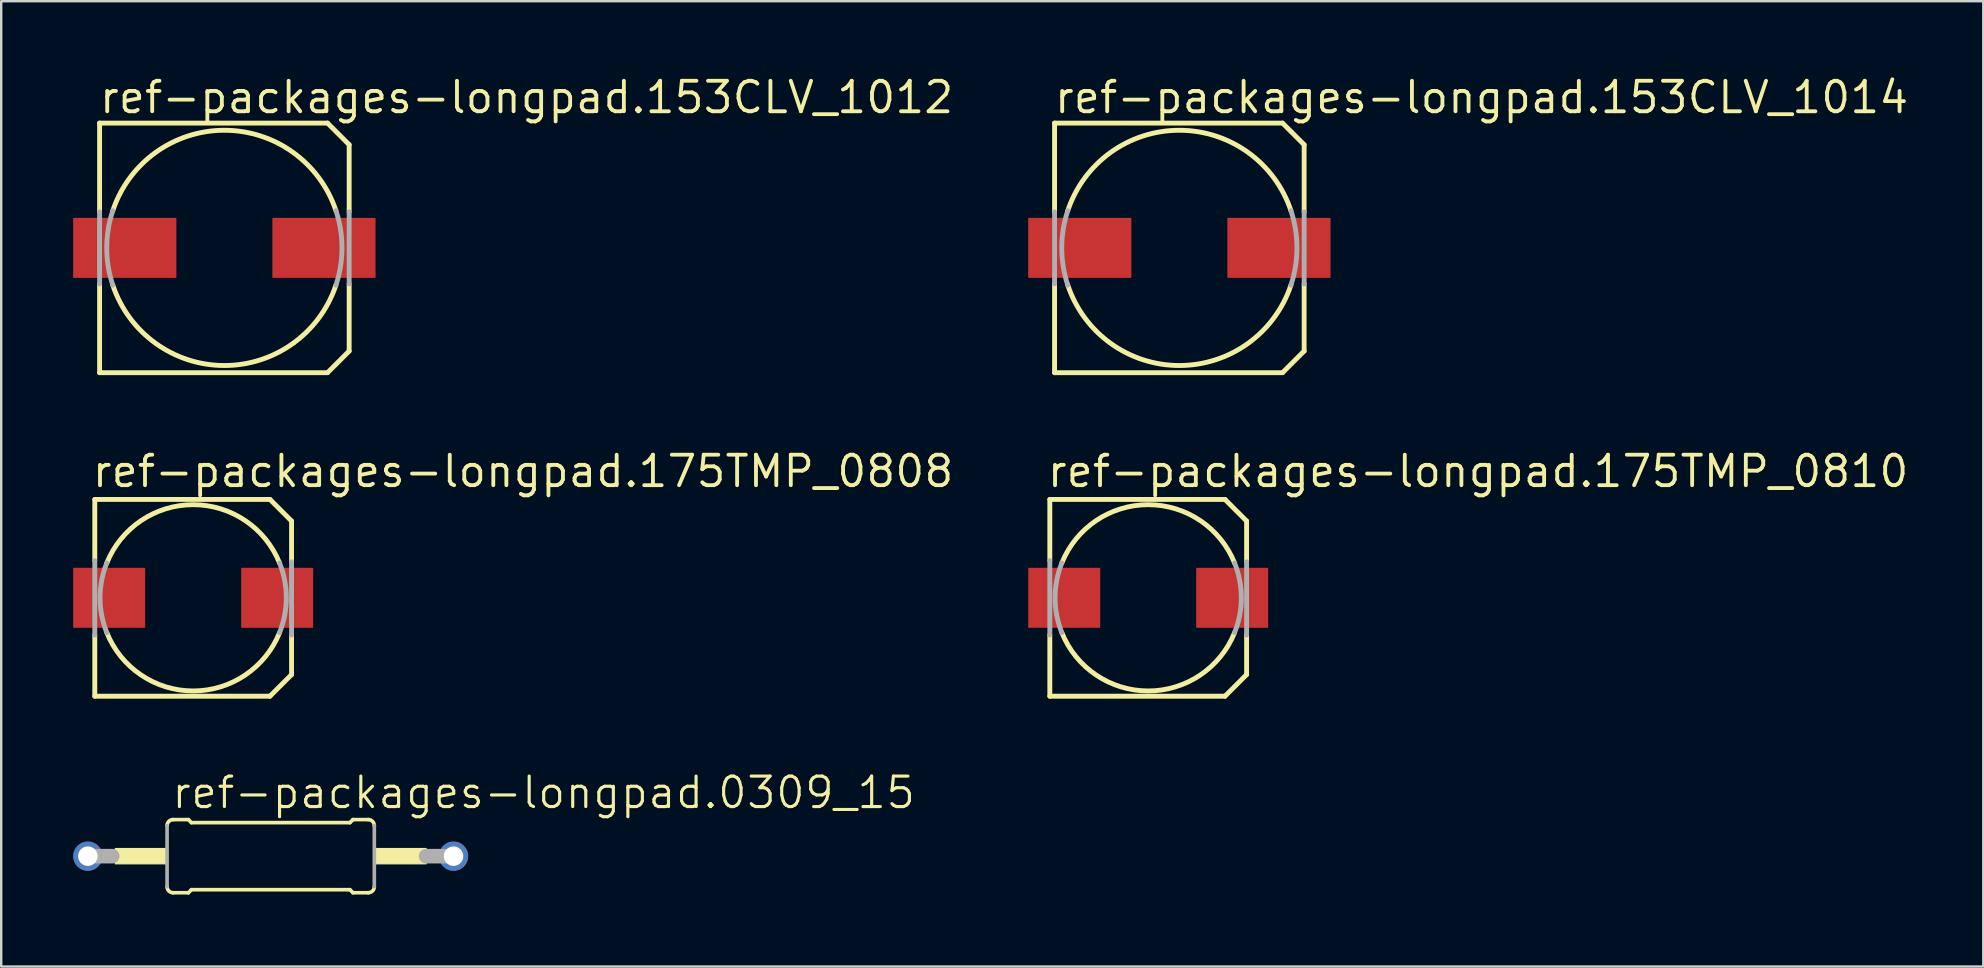
<source format=kicad_pcb>
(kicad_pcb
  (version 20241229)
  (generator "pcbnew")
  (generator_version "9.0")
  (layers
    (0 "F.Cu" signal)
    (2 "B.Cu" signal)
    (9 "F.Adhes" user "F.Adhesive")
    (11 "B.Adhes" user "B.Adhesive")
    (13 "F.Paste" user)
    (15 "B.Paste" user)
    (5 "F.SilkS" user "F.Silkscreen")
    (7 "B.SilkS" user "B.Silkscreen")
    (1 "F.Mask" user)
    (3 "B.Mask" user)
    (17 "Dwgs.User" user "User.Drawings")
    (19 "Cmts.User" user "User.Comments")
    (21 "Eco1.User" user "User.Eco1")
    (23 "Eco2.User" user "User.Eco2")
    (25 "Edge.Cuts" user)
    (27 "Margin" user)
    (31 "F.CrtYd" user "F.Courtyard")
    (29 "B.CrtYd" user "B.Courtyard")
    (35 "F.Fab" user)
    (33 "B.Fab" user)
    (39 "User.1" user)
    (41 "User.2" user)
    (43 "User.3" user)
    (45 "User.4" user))
  (footprint "ref-packages-longpad.175TMP_0810"
    (layer "F.Cu")
    (at 44.798 21.862)
    (property "Reference" "ref-packages-longpad.175TMP_0810" (at -4.29 -4.53 0) (layer "F.SilkS") (effects (font (size 1.27 1.27) (thickness 0.16)) (justify left bottom)))
    (attr smd)
    (fp_line (start -4.1 -4.1) (end 3.2 -4.1) (stroke (width 0.203) (type default)) (layer "F.SilkS"))
    (fp_line (start -4.1 -1.55) (end -4.1 -4.1) (stroke (width 0.203) (type default)) (layer "F.SilkS"))
    (fp_line (start -4.1 4.1) (end -4.1 1.55) (stroke (width 0.203) (type default)) (layer "F.SilkS"))
    (fp_line (start 3.2 -4.1) (end 4.1 -3.2) (stroke (width 0.203) (type default)) (layer "F.SilkS"))
    (fp_line (start 3.2 4.1) (end -4.1 4.1) (stroke (width 0.203) (type default)) (layer "F.SilkS"))
    (fp_line (start 4.1 -3.2) (end 4.1 -1.5) (stroke (width 0.203) (type default)) (layer "F.SilkS"))
    (fp_line (start 4.1 1.55) (end 4.1 3.2) (stroke (width 0.203) (type default)) (layer "F.SilkS"))
    (fp_line (start 4.1 3.2) (end 3.2 4.1) (stroke (width 0.203) (type default)) (layer "F.SilkS"))
    (fp_arc (start -3.6 -1.45) (mid 0 -3.881044) (end 3.6 -1.45) (stroke (width 0.2032) (type default)) (layer "F.SilkS"))
    (fp_arc (start 3.6 1.45) (mid 0 3.881044) (end -3.6 1.45) (stroke (width 0.2032) (type default)) (layer "F.SilkS"))
    (fp_line (start -4.1 1.55) (end -4.1 -1.55) (stroke (width 0.203) (type default)) (layer "F.Fab"))
    (fp_line (start 4.1 -1.5) (end 4.1 1.55) (stroke (width 0.203) (type default)) (layer "F.Fab"))
    (fp_arc (start -3.6 1.45) (mid -3.881044 0) (end -3.6 -1.45) (stroke (width 0.2032) (type default)) (layer "F.Fab"))
    (fp_arc (start 3.6 -1.45) (mid 3.881044 0) (end 3.6 1.45) (stroke (width 0.2032) (type default)) (layer "F.Fab"))
    (pad "+" smd roundrect (at 3.5 0) (size 3 2.5) (layers "F.Cu" "F.Mask" "F.Paste") (roundrect_rratio 0.01))
    (pad "-" smd roundrect (at -3.5 0) (size 3 2.5) (layers "F.Cu" "F.Mask" "F.Paste") (roundrect_rratio 0.01)))
  (footprint "ref-packages-longpad.153CLV_1014"
    (layer "F.Cu")
    (at 46.096 7.28)
    (property "Reference" "ref-packages-longpad.153CLV_1014" (at -5.29 -5.53 0) (layer "F.SilkS") (effects (font (size 1.27 1.27) (thickness 0.16)) (justify left bottom)))
    (attr smd)
    (fp_line (start -5.2 -5.2) (end 4.3 -5.2) (stroke (width 0.203) (type default)) (layer "F.SilkS"))
    (fp_line (start -5.2 -1.5) (end -5.2 -5.2) (stroke (width 0.203) (type default)) (layer "F.SilkS"))
    (fp_line (start -5.2 5.2) (end -5.2 1.5) (stroke (width 0.203) (type default)) (layer "F.SilkS"))
    (fp_line (start 4.3 -5.2) (end 5.2 -4.3) (stroke (width 0.203) (type default)) (layer "F.SilkS"))
    (fp_line (start 4.3 5.2) (end -5.2 5.2) (stroke (width 0.203) (type default)) (layer "F.SilkS"))
    (fp_line (start 5.2 -4.3) (end 5.2 -1.5) (stroke (width 0.203) (type default)) (layer "F.SilkS"))
    (fp_line (start 5.2 1.5) (end 5.2 4.3) (stroke (width 0.203) (type default)) (layer "F.SilkS"))
    (fp_line (start 5.2 4.3) (end 4.3 5.2) (stroke (width 0.203) (type default)) (layer "F.SilkS"))
    (fp_arc (start -4.65 -1.55) (mid 0 -4.90153) (end 4.65 -1.55) (stroke (width 0.2032) (type default)) (layer "F.SilkS"))
    (fp_arc (start 4.65 1.55) (mid 0 4.90153) (end -4.65 1.55) (stroke (width 0.2032) (type default)) (layer "F.SilkS"))
    (fp_line (start -5.2 1.5) (end -5.2 -1.5) (stroke (width 0.203) (type default)) (layer "F.Fab"))
    (fp_line (start 5.2 -1.5) (end 5.2 1.5) (stroke (width 0.203) (type default)) (layer "F.Fab"))
    (fp_arc (start -4.65 1.55) (mid -4.90153 0) (end -4.65 -1.55) (stroke (width 0.2032) (type default)) (layer "F.Fab"))
    (fp_arc (start 4.65 -1.55) (mid 4.90153 0) (end 4.65 1.55) (stroke (width 0.2032) (type default)) (layer "F.Fab"))
    (pad "+" smd roundrect (at 4.15 0) (size 4.3 2.5) (layers "F.Cu" "F.Mask" "F.Paste") (roundrect_rratio 0.01))
    (pad "-" smd roundrect (at -4.15 0) (size 4.3 2.5) (layers "F.Cu" "F.Mask" "F.Paste") (roundrect_rratio 0.01)))
  (footprint "ref-packages-longpad.0309_15"
    (layer "F.Cu")
    (at 8.23 32.628)
    (property "Reference" "ref-packages-longpad.0309_15" (at -4.191 -1.905 0) (layer "F.SilkS") (effects (font (size 1.27 1.27) (thickness 0.13)) (justify left bottom)))
    (attr through_hole)
    (fp_line (start -4.064 -1.524) (end -3.429 -1.524) (stroke (width 0.152) (type default)) (layer "F.SilkS"))
    (fp_line (start -4.064 1.524) (end -3.429 1.524) (stroke (width 0.152) (type default)) (layer "F.SilkS"))
    (fp_line (start -3.302 -1.397) (end -3.429 -1.524) (stroke (width 0.152) (type default)) (layer "F.SilkS"))
    (fp_line (start -3.302 1.397) (end -3.429 1.524) (stroke (width 0.152) (type default)) (layer "F.SilkS"))
    (fp_line (start 3.302 -1.397) (end -3.302 -1.397) (stroke (width 0.152) (type default)) (layer "F.SilkS"))
    (fp_line (start 3.302 -1.397) (end 3.429 -1.524) (stroke (width 0.152) (type default)) (layer "F.SilkS"))
    (fp_line (start 3.302 1.397) (end -3.302 1.397) (stroke (width 0.152) (type default)) (layer "F.SilkS"))
    (fp_line (start 3.302 1.397) (end 3.429 1.524) (stroke (width 0.152) (type default)) (layer "F.SilkS"))
    (fp_line (start 4.064 -1.524) (end 3.429 -1.524) (stroke (width 0.152) (type default)) (layer "F.SilkS"))
    (fp_line (start 4.064 1.524) (end 3.429 1.524) (stroke (width 0.152) (type default)) (layer "F.SilkS"))
    (fp_rect (start -6.477 0.318) (end -4.318 -0.318) (stroke (width 0.05) (type default)) (fill yes) (layer "F.SilkS"))
    (fp_rect (start 4.318 0.318) (end 6.477 -0.318) (stroke (width 0.05) (type default)) (fill yes) (layer "F.SilkS"))
    (fp_arc (start -4.318 -1.27) (mid -4.243605 -1.449605) (end -4.064 -1.524) (stroke (width 0.1524) (type default)) (layer "F.SilkS"))
    (fp_arc (start -4.064 1.524) (mid -4.243605 1.449605) (end -4.318 1.27) (stroke (width 0.1524) (type default)) (layer "F.SilkS"))
    (fp_arc (start 4.064 -1.524) (mid 4.243605 -1.449605) (end 4.318 -1.27) (stroke (width 0.1524) (type default)) (layer "F.SilkS"))
    (fp_arc (start 4.318 1.27) (mid 4.243605 1.449605) (end 4.064 1.524) (stroke (width 0.1524) (type default)) (layer "F.SilkS"))
    (fp_line (start -6.604 0) (end -7.62 0) (stroke (width 0.61) (type default)) (layer "F.Fab"))
    (fp_line (start -4.318 1.27) (end -4.318 -1.27) (stroke (width 0.152) (type default)) (layer "F.Fab"))
    (fp_line (start 4.318 1.27) (end 4.318 -1.27) (stroke (width 0.152) (type default)) (layer "F.Fab"))
    (fp_line (start 7.62 0) (end 6.477 0) (stroke (width 0.61) (type default)) (layer "F.Fab"))
    (pad "1" thru_hole circle (at -7.62 0) (size 1.219 1.219) (drill 0.813) (layers "*.Cu" "*.Mask"))
    (pad "2" thru_hole circle (at 7.62 0) (size 1.219 1.219) (drill 0.813) (layers "*.Cu" "*.Mask")))
  (footprint "ref-packages-longpad.153CLV_1012"
    (layer "F.Cu")
    (at 6.3 7.28)
    (property "Reference" "ref-packages-longpad.153CLV_1012" (at -5.29 -5.53 0) (layer "F.SilkS") (effects (font (size 1.27 1.27) (thickness 0.16)) (justify left bottom)))
    (attr smd)
    (fp_line (start -5.2 -5.2) (end 4.3 -5.2) (stroke (width 0.203) (type default)) (layer "F.SilkS"))
    (fp_line (start -5.2 -1.5) (end -5.2 -5.2) (stroke (width 0.203) (type default)) (layer "F.SilkS"))
    (fp_line (start -5.2 5.2) (end -5.2 1.5) (stroke (width 0.203) (type default)) (layer "F.SilkS"))
    (fp_line (start 4.3 -5.2) (end 5.2 -4.3) (stroke (width 0.203) (type default)) (layer "F.SilkS"))
    (fp_line (start 4.3 5.2) (end -5.2 5.2) (stroke (width 0.203) (type default)) (layer "F.SilkS"))
    (fp_line (start 5.2 -4.3) (end 5.2 -1.5) (stroke (width 0.203) (type default)) (layer "F.SilkS"))
    (fp_line (start 5.2 1.5) (end 5.2 4.3) (stroke (width 0.203) (type default)) (layer "F.SilkS"))
    (fp_line (start 5.2 4.3) (end 4.3 5.2) (stroke (width 0.203) (type default)) (layer "F.SilkS"))
    (fp_arc (start -4.65 -1.55) (mid 0 -4.90153) (end 4.65 -1.55) (stroke (width 0.2032) (type default)) (layer "F.SilkS"))
    (fp_arc (start 4.65 1.55) (mid 0 4.90153) (end -4.65 1.55) (stroke (width 0.2032) (type default)) (layer "F.SilkS"))
    (fp_line (start -5.2 1.5) (end -5.2 -1.5) (stroke (width 0.203) (type default)) (layer "F.Fab"))
    (fp_line (start 5.2 -1.5) (end 5.2 1.5) (stroke (width 0.203) (type default)) (layer "F.Fab"))
    (fp_arc (start -4.65 1.55) (mid -4.90153 0) (end -4.65 -1.55) (stroke (width 0.2032) (type default)) (layer "F.Fab"))
    (fp_arc (start 4.65 -1.55) (mid 4.90153 0) (end 4.65 1.55) (stroke (width 0.2032) (type default)) (layer "F.Fab"))
    (pad "+" smd roundrect (at 4.15 0) (size 4.3 2.5) (layers "F.Cu" "F.Mask" "F.Paste") (roundrect_rratio 0.01))
    (pad "-" smd roundrect (at -4.15 0) (size 4.3 2.5) (layers "F.Cu" "F.Mask" "F.Paste") (roundrect_rratio 0.01)))
  (footprint "ref-packages-longpad.175TMP_0808"
    (layer "F.Cu")
    (at 5 21.862)
    (property "Reference" "ref-packages-longpad.175TMP_0808" (at -4.29 -4.53 0) (layer "F.SilkS") (effects (font (size 1.27 1.27) (thickness 0.16)) (justify left bottom)))
    (attr smd)
    (fp_line (start -4.1 -4.1) (end 3.2 -4.1) (stroke (width 0.203) (type default)) (layer "F.SilkS"))
    (fp_line (start -4.1 -1.55) (end -4.1 -4.1) (stroke (width 0.203) (type default)) (layer "F.SilkS"))
    (fp_line (start -4.1 4.1) (end -4.1 1.55) (stroke (width 0.203) (type default)) (layer "F.SilkS"))
    (fp_line (start 3.2 -4.1) (end 4.1 -3.2) (stroke (width 0.203) (type default)) (layer "F.SilkS"))
    (fp_line (start 3.2 4.1) (end -4.1 4.1) (stroke (width 0.203) (type default)) (layer "F.SilkS"))
    (fp_line (start 4.1 -3.2) (end 4.1 -1.5) (stroke (width 0.203) (type default)) (layer "F.SilkS"))
    (fp_line (start 4.1 1.55) (end 4.1 3.2) (stroke (width 0.203) (type default)) (layer "F.SilkS"))
    (fp_line (start 4.1 3.2) (end 3.2 4.1) (stroke (width 0.203) (type default)) (layer "F.SilkS"))
    (fp_arc (start -3.6 -1.45) (mid 0 -3.881044) (end 3.6 -1.45) (stroke (width 0.2032) (type default)) (layer "F.SilkS"))
    (fp_arc (start 3.6 1.45) (mid 0 3.881044) (end -3.6 1.45) (stroke (width 0.2032) (type default)) (layer "F.SilkS"))
    (fp_line (start -4.1 1.55) (end -4.1 -1.55) (stroke (width 0.203) (type default)) (layer "F.Fab"))
    (fp_line (start 4.1 -1.5) (end 4.1 1.55) (stroke (width 0.203) (type default)) (layer "F.Fab"))
    (fp_arc (start -3.6 1.45) (mid -3.881044 0) (end -3.6 -1.45) (stroke (width 0.2032) (type default)) (layer "F.Fab"))
    (fp_arc (start 3.6 -1.45) (mid 3.881044 0) (end 3.6 1.45) (stroke (width 0.2032) (type default)) (layer "F.Fab"))
    (pad "+" smd roundrect (at 3.5 0) (size 3 2.5) (layers "F.Cu" "F.Mask" "F.Paste") (roundrect_rratio 0.01))
    (pad "-" smd roundrect (at -3.5 0) (size 3 2.5) (layers "F.Cu" "F.Mask" "F.Paste") (roundrect_rratio 0.01)))
  (gr_rect
    (start -3 -3)
    (end 79.597 37.228)
    (stroke (width 0.1) (type default))
    (fill no)
    (layer "Edge.Cuts")))
</source>
